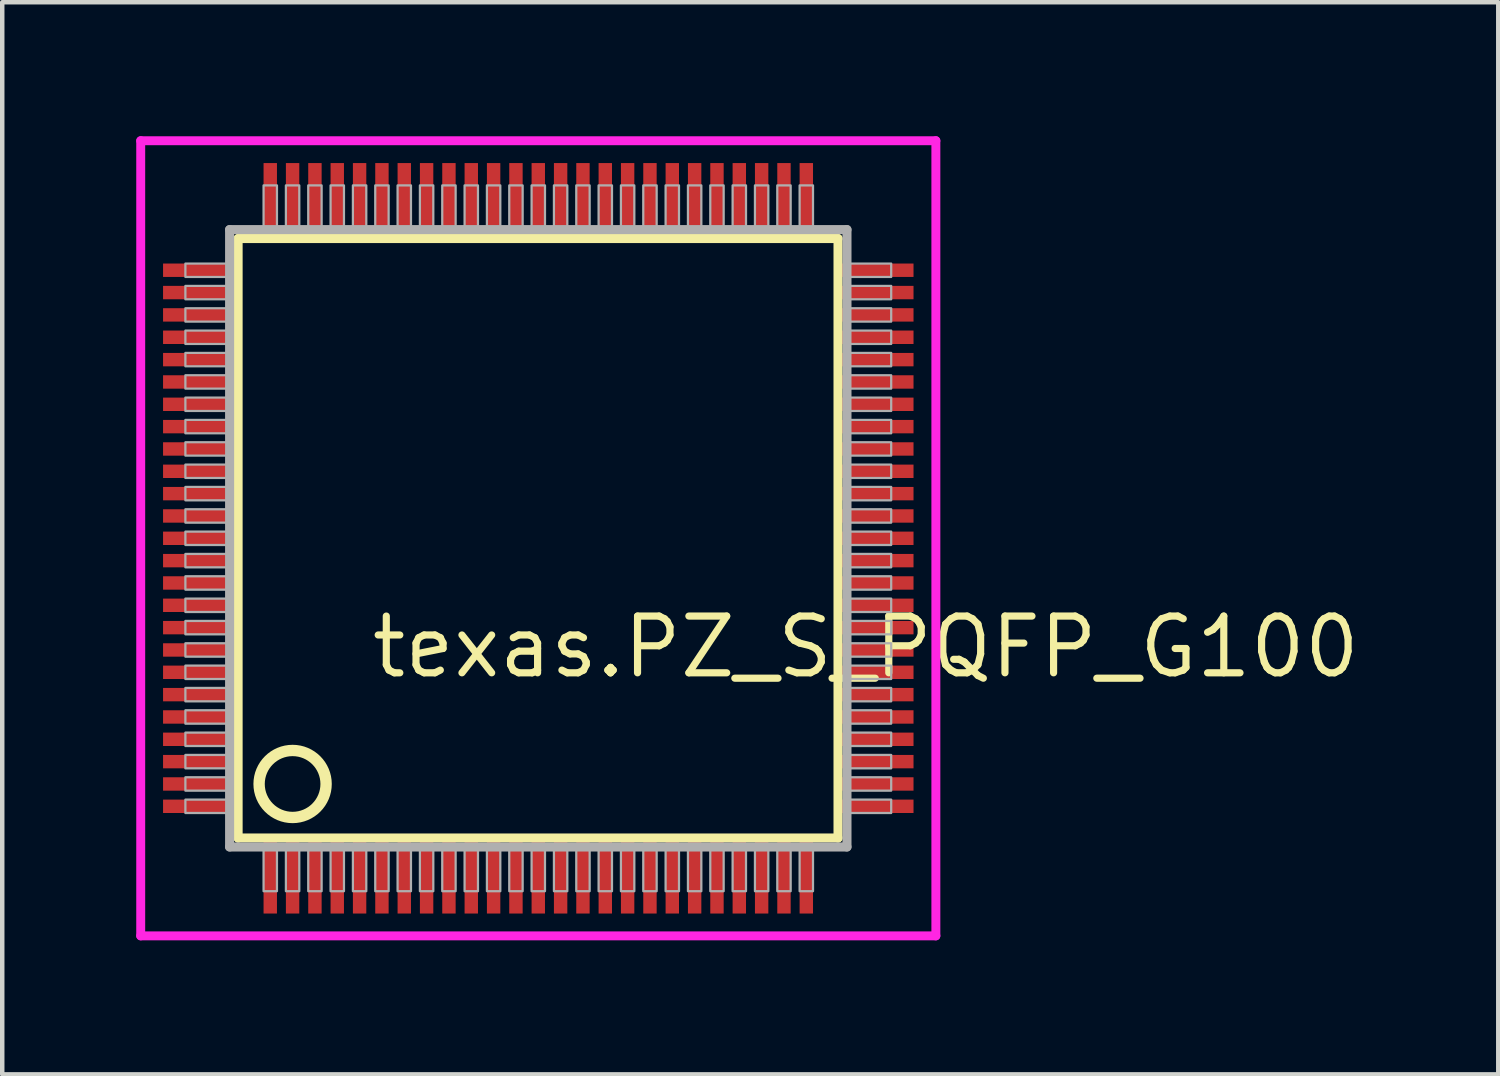
<source format=kicad_pcb>
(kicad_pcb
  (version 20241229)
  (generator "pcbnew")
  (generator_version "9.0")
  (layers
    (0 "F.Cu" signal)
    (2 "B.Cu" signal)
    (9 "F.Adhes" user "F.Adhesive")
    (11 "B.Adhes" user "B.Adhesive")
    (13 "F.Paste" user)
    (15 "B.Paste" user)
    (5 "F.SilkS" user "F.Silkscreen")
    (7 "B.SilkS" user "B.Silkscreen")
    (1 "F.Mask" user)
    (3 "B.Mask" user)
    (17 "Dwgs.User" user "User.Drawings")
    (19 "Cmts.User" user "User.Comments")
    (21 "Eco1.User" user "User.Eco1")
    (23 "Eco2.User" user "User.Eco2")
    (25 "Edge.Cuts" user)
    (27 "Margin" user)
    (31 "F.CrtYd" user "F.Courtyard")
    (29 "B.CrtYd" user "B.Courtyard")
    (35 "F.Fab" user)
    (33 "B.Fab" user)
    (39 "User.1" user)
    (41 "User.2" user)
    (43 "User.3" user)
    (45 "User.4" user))
  (footprint "texas.PZ_S_PQFP_G100"
    (layer "F.Cu")
    (at 9 9)
    (property "Reference" "texas.PZ_S_PQFP_G100" (at -3.81 3.175 0) (layer "F.SilkS") (effects (font (size 1.27 1.27) (thickness 0.16)) (justify left bottom)))
    (attr smd)
    (fp_line (start -6.72 -6.71) (end 6.71 -6.71) (stroke (width 0.203) (type default)) (layer "F.SilkS"))
    (fp_line (start -6.72 6.71) (end -6.72 -6.71) (stroke (width 0.203) (type default)) (layer "F.SilkS"))
    (fp_line (start 6.71 -6.71) (end 6.71 6.71) (stroke (width 0.203) (type default)) (layer "F.SilkS"))
    (fp_line (start 6.71 6.71) (end -6.72 6.71) (stroke (width 0.203) (type default)) (layer "F.SilkS"))
    (fp_circle (center -5.5 5.5) (end -4.75 5.5) (stroke (width 0.254) (type default)) (fill no) (layer "F.SilkS"))
    (fp_line (start -8.9 -8.9) (end 8.9 -8.9) (stroke (width 0.2) (type default)) (layer "F.CrtYd"))
    (fp_line (start -8.9 8.9) (end -8.9 -8.9) (stroke (width 0.2) (type default)) (layer "F.CrtYd"))
    (fp_line (start 8.9 -8.9) (end 8.9 8.9) (stroke (width 0.2) (type default)) (layer "F.CrtYd"))
    (fp_line (start 8.9 8.9) (end -8.9 8.9) (stroke (width 0.2) (type default)) (layer "F.CrtYd"))
    (fp_line (start -6.91 -6.91) (end -6.91 6.91) (stroke (width 0.203) (type default)) (layer "F.Fab"))
    (fp_line (start -6.91 6.91) (end 6.91 6.91) (stroke (width 0.203) (type default)) (layer "F.Fab"))
    (fp_line (start 6.91 -6.91) (end -6.91 -6.91) (stroke (width 0.203) (type default)) (layer "F.Fab"))
    (fp_line (start 6.91 6.91) (end 6.91 -6.91) (stroke (width 0.203) (type default)) (layer "F.Fab"))
    (fp_rect (start -7.9 -5.85) (end -6.95 -6.15) (stroke (width 0.05) (type default)) (fill no) (layer "F.Fab"))
    (fp_rect (start -7.9 -5.35) (end -6.95 -5.65) (stroke (width 0.05) (type default)) (fill no) (layer "F.Fab"))
    (fp_rect (start -7.9 -4.85) (end -6.95 -5.15) (stroke (width 0.05) (type default)) (fill no) (layer "F.Fab"))
    (fp_rect (start -7.9 -4.35) (end -6.95 -4.65) (stroke (width 0.05) (type default)) (fill no) (layer "F.Fab"))
    (fp_rect (start -7.9 -3.85) (end -6.95 -4.15) (stroke (width 0.05) (type default)) (fill no) (layer "F.Fab"))
    (fp_rect (start -7.9 -3.35) (end -6.95 -3.65) (stroke (width 0.05) (type default)) (fill no) (layer "F.Fab"))
    (fp_rect (start -7.9 -2.85) (end -6.95 -3.15) (stroke (width 0.05) (type default)) (fill no) (layer "F.Fab"))
    (fp_rect (start -7.9 -2.35) (end -6.95 -2.65) (stroke (width 0.05) (type default)) (fill no) (layer "F.Fab"))
    (fp_rect (start -7.9 -1.85) (end -6.95 -2.15) (stroke (width 0.05) (type default)) (fill no) (layer "F.Fab"))
    (fp_rect (start -7.9 -1.35) (end -6.95 -1.65) (stroke (width 0.05) (type default)) (fill no) (layer "F.Fab"))
    (fp_rect (start -7.9 -0.85) (end -6.95 -1.15) (stroke (width 0.05) (type default)) (fill no) (layer "F.Fab"))
    (fp_rect (start -7.9 -0.35) (end -6.95 -0.65) (stroke (width 0.05) (type default)) (fill no) (layer "F.Fab"))
    (fp_rect (start -7.9 0.15) (end -6.95 -0.15) (stroke (width 0.05) (type default)) (fill no) (layer "F.Fab"))
    (fp_rect (start -7.9 0.65) (end -6.95 0.35) (stroke (width 0.05) (type default)) (fill no) (layer "F.Fab"))
    (fp_rect (start -7.9 1.15) (end -6.95 0.85) (stroke (width 0.05) (type default)) (fill no) (layer "F.Fab"))
    (fp_rect (start -7.9 1.65) (end -6.95 1.35) (stroke (width 0.05) (type default)) (fill no) (layer "F.Fab"))
    (fp_rect (start -7.9 2.15) (end -6.95 1.85) (stroke (width 0.05) (type default)) (fill no) (layer "F.Fab"))
    (fp_rect (start -7.9 2.65) (end -6.95 2.35) (stroke (width 0.05) (type default)) (fill no) (layer "F.Fab"))
    (fp_rect (start -7.9 3.15) (end -6.95 2.85) (stroke (width 0.05) (type default)) (fill no) (layer "F.Fab"))
    (fp_rect (start -7.9 3.65) (end -6.95 3.35) (stroke (width 0.05) (type default)) (fill no) (layer "F.Fab"))
    (fp_rect (start -7.9 4.15) (end -6.95 3.85) (stroke (width 0.05) (type default)) (fill no) (layer "F.Fab"))
    (fp_rect (start -7.9 4.65) (end -6.95 4.35) (stroke (width 0.05) (type default)) (fill no) (layer "F.Fab"))
    (fp_rect (start -7.9 5.15) (end -6.95 4.85) (stroke (width 0.05) (type default)) (fill no) (layer "F.Fab"))
    (fp_rect (start -7.9 5.65) (end -6.95 5.35) (stroke (width 0.05) (type default)) (fill no) (layer "F.Fab"))
    (fp_rect (start -7.9 6.15) (end -6.95 5.85) (stroke (width 0.05) (type default)) (fill no) (layer "F.Fab"))
    (fp_rect (start -6.15 -6.95) (end -5.85 -7.9) (stroke (width 0.05) (type default)) (fill no) (layer "F.Fab"))
    (fp_rect (start -6.15 7.9) (end -5.85 6.95) (stroke (width 0.05) (type default)) (fill no) (layer "F.Fab"))
    (fp_rect (start -5.65 -6.95) (end -5.35 -7.9) (stroke (width 0.05) (type default)) (fill no) (layer "F.Fab"))
    (fp_rect (start -5.65 7.9) (end -5.35 6.95) (stroke (width 0.05) (type default)) (fill no) (layer "F.Fab"))
    (fp_rect (start -5.15 -6.95) (end -4.85 -7.9) (stroke (width 0.05) (type default)) (fill no) (layer "F.Fab"))
    (fp_rect (start -5.15 7.9) (end -4.85 6.95) (stroke (width 0.05) (type default)) (fill no) (layer "F.Fab"))
    (fp_rect (start -4.65 -6.95) (end -4.35 -7.9) (stroke (width 0.05) (type default)) (fill no) (layer "F.Fab"))
    (fp_rect (start -4.65 7.9) (end -4.35 6.95) (stroke (width 0.05) (type default)) (fill no) (layer "F.Fab"))
    (fp_rect (start -4.15 -6.95) (end -3.85 -7.9) (stroke (width 0.05) (type default)) (fill no) (layer "F.Fab"))
    (fp_rect (start -4.15 7.9) (end -3.85 6.95) (stroke (width 0.05) (type default)) (fill no) (layer "F.Fab"))
    (fp_rect (start -3.65 -6.95) (end -3.35 -7.9) (stroke (width 0.05) (type default)) (fill no) (layer "F.Fab"))
    (fp_rect (start -3.65 7.9) (end -3.35 6.95) (stroke (width 0.05) (type default)) (fill no) (layer "F.Fab"))
    (fp_rect (start -3.15 -6.95) (end -2.85 -7.9) (stroke (width 0.05) (type default)) (fill no) (layer "F.Fab"))
    (fp_rect (start -3.15 7.9) (end -2.85 6.95) (stroke (width 0.05) (type default)) (fill no) (layer "F.Fab"))
    (fp_rect (start -2.65 -6.95) (end -2.35 -7.9) (stroke (width 0.05) (type default)) (fill no) (layer "F.Fab"))
    (fp_rect (start -2.65 7.9) (end -2.35 6.95) (stroke (width 0.05) (type default)) (fill no) (layer "F.Fab"))
    (fp_rect (start -2.15 -6.95) (end -1.85 -7.9) (stroke (width 0.05) (type default)) (fill no) (layer "F.Fab"))
    (fp_rect (start -2.15 7.9) (end -1.85 6.95) (stroke (width 0.05) (type default)) (fill no) (layer "F.Fab"))
    (fp_rect (start -1.65 -6.95) (end -1.35 -7.9) (stroke (width 0.05) (type default)) (fill no) (layer "F.Fab"))
    (fp_rect (start -1.65 7.9) (end -1.35 6.95) (stroke (width 0.05) (type default)) (fill no) (layer "F.Fab"))
    (fp_rect (start -1.15 -6.95) (end -0.85 -7.9) (stroke (width 0.05) (type default)) (fill no) (layer "F.Fab"))
    (fp_rect (start -1.15 7.9) (end -0.85 6.95) (stroke (width 0.05) (type default)) (fill no) (layer "F.Fab"))
    (fp_rect (start -0.65 -6.95) (end -0.35 -7.9) (stroke (width 0.05) (type default)) (fill no) (layer "F.Fab"))
    (fp_rect (start -0.65 7.9) (end -0.35 6.95) (stroke (width 0.05) (type default)) (fill no) (layer "F.Fab"))
    (fp_rect (start -0.15 -6.95) (end 0.15 -7.9) (stroke (width 0.05) (type default)) (fill no) (layer "F.Fab"))
    (fp_rect (start -0.15 7.9) (end 0.15 6.95) (stroke (width 0.05) (type default)) (fill no) (layer "F.Fab"))
    (fp_rect (start 0.35 -6.95) (end 0.65 -7.9) (stroke (width 0.05) (type default)) (fill no) (layer "F.Fab"))
    (fp_rect (start 0.35 7.9) (end 0.65 6.95) (stroke (width 0.05) (type default)) (fill no) (layer "F.Fab"))
    (fp_rect (start 0.85 -6.95) (end 1.15 -7.9) (stroke (width 0.05) (type default)) (fill no) (layer "F.Fab"))
    (fp_rect (start 0.85 7.9) (end 1.15 6.95) (stroke (width 0.05) (type default)) (fill no) (layer "F.Fab"))
    (fp_rect (start 1.35 -6.95) (end 1.65 -7.9) (stroke (width 0.05) (type default)) (fill no) (layer "F.Fab"))
    (fp_rect (start 1.35 7.9) (end 1.65 6.95) (stroke (width 0.05) (type default)) (fill no) (layer "F.Fab"))
    (fp_rect (start 1.85 -6.95) (end 2.15 -7.9) (stroke (width 0.05) (type default)) (fill no) (layer "F.Fab"))
    (fp_rect (start 1.85 7.9) (end 2.15 6.95) (stroke (width 0.05) (type default)) (fill no) (layer "F.Fab"))
    (fp_rect (start 2.35 -6.95) (end 2.65 -7.9) (stroke (width 0.05) (type default)) (fill no) (layer "F.Fab"))
    (fp_rect (start 2.35 7.9) (end 2.65 6.95) (stroke (width 0.05) (type default)) (fill no) (layer "F.Fab"))
    (fp_rect (start 2.85 -6.95) (end 3.15 -7.9) (stroke (width 0.05) (type default)) (fill no) (layer "F.Fab"))
    (fp_rect (start 2.85 7.9) (end 3.15 6.95) (stroke (width 0.05) (type default)) (fill no) (layer "F.Fab"))
    (fp_rect (start 3.35 -6.95) (end 3.65 -7.9) (stroke (width 0.05) (type default)) (fill no) (layer "F.Fab"))
    (fp_rect (start 3.35 7.9) (end 3.65 6.95) (stroke (width 0.05) (type default)) (fill no) (layer "F.Fab"))
    (fp_rect (start 3.85 -6.95) (end 4.15 -7.9) (stroke (width 0.05) (type default)) (fill no) (layer "F.Fab"))
    (fp_rect (start 3.85 7.9) (end 4.15 6.95) (stroke (width 0.05) (type default)) (fill no) (layer "F.Fab"))
    (fp_rect (start 4.35 -6.95) (end 4.65 -7.9) (stroke (width 0.05) (type default)) (fill no) (layer "F.Fab"))
    (fp_rect (start 4.35 7.9) (end 4.65 6.95) (stroke (width 0.05) (type default)) (fill no) (layer "F.Fab"))
    (fp_rect (start 4.85 -6.95) (end 5.15 -7.9) (stroke (width 0.05) (type default)) (fill no) (layer "F.Fab"))
    (fp_rect (start 4.85 7.9) (end 5.15 6.95) (stroke (width 0.05) (type default)) (fill no) (layer "F.Fab"))
    (fp_rect (start 5.35 -6.95) (end 5.65 -7.9) (stroke (width 0.05) (type default)) (fill no) (layer "F.Fab"))
    (fp_rect (start 5.35 7.9) (end 5.65 6.95) (stroke (width 0.05) (type default)) (fill no) (layer "F.Fab"))
    (fp_rect (start 5.85 -6.95) (end 6.15 -7.9) (stroke (width 0.05) (type default)) (fill no) (layer "F.Fab"))
    (fp_rect (start 5.85 7.9) (end 6.15 6.95) (stroke (width 0.05) (type default)) (fill no) (layer "F.Fab"))
    (fp_rect (start 6.95 -5.85) (end 7.9 -6.15) (stroke (width 0.05) (type default)) (fill no) (layer "F.Fab"))
    (fp_rect (start 6.95 -5.35) (end 7.9 -5.65) (stroke (width 0.05) (type default)) (fill no) (layer "F.Fab"))
    (fp_rect (start 6.95 -4.85) (end 7.9 -5.15) (stroke (width 0.05) (type default)) (fill no) (layer "F.Fab"))
    (fp_rect (start 6.95 -4.35) (end 7.9 -4.65) (stroke (width 0.05) (type default)) (fill no) (layer "F.Fab"))
    (fp_rect (start 6.95 -3.85) (end 7.9 -4.15) (stroke (width 0.05) (type default)) (fill no) (layer "F.Fab"))
    (fp_rect (start 6.95 -3.35) (end 7.9 -3.65) (stroke (width 0.05) (type default)) (fill no) (layer "F.Fab"))
    (fp_rect (start 6.95 -2.85) (end 7.9 -3.15) (stroke (width 0.05) (type default)) (fill no) (layer "F.Fab"))
    (fp_rect (start 6.95 -2.35) (end 7.9 -2.65) (stroke (width 0.05) (type default)) (fill no) (layer "F.Fab"))
    (fp_rect (start 6.95 -1.85) (end 7.9 -2.15) (stroke (width 0.05) (type default)) (fill no) (layer "F.Fab"))
    (fp_rect (start 6.95 -1.35) (end 7.9 -1.65) (stroke (width 0.05) (type default)) (fill no) (layer "F.Fab"))
    (fp_rect (start 6.95 -0.85) (end 7.9 -1.15) (stroke (width 0.05) (type default)) (fill no) (layer "F.Fab"))
    (fp_rect (start 6.95 -0.35) (end 7.9 -0.65) (stroke (width 0.05) (type default)) (fill no) (layer "F.Fab"))
    (fp_rect (start 6.95 0.15) (end 7.9 -0.15) (stroke (width 0.05) (type default)) (fill no) (layer "F.Fab"))
    (fp_rect (start 6.95 0.65) (end 7.9 0.35) (stroke (width 0.05) (type default)) (fill no) (layer "F.Fab"))
    (fp_rect (start 6.95 1.15) (end 7.9 0.85) (stroke (width 0.05) (type default)) (fill no) (layer "F.Fab"))
    (fp_rect (start 6.95 1.65) (end 7.9 1.35) (stroke (width 0.05) (type default)) (fill no) (layer "F.Fab"))
    (fp_rect (start 6.95 2.15) (end 7.9 1.85) (stroke (width 0.05) (type default)) (fill no) (layer "F.Fab"))
    (fp_rect (start 6.95 2.65) (end 7.9 2.35) (stroke (width 0.05) (type default)) (fill no) (layer "F.Fab"))
    (fp_rect (start 6.95 3.15) (end 7.9 2.85) (stroke (width 0.05) (type default)) (fill no) (layer "F.Fab"))
    (fp_rect (start 6.95 3.65) (end 7.9 3.35) (stroke (width 0.05) (type default)) (fill no) (layer "F.Fab"))
    (fp_rect (start 6.95 4.15) (end 7.9 3.85) (stroke (width 0.05) (type default)) (fill no) (layer "F.Fab"))
    (fp_rect (start 6.95 4.65) (end 7.9 4.35) (stroke (width 0.05) (type default)) (fill no) (layer "F.Fab"))
    (fp_rect (start 6.95 5.15) (end 7.9 4.85) (stroke (width 0.05) (type default)) (fill no) (layer "F.Fab"))
    (fp_rect (start 6.95 5.65) (end 7.9 5.35) (stroke (width 0.05) (type default)) (fill no) (layer "F.Fab"))
    (fp_rect (start 6.95 6.15) (end 7.9 5.85) (stroke (width 0.05) (type default)) (fill no) (layer "F.Fab"))
    (pad "1" smd roundrect (at -6 7.6) (size 0.3 1.6) (layers "F.Cu" "F.Mask" "F.Paste") (roundrect_rratio 0.01))
    (pad "2" smd roundrect (at -5.5 7.6) (size 0.3 1.6) (layers "F.Cu" "F.Mask" "F.Paste") (roundrect_rratio 0.01))
    (pad "3" smd roundrect (at -5 7.6) (size 0.3 1.6) (layers "F.Cu" "F.Mask" "F.Paste") (roundrect_rratio 0.01))
    (pad "4" smd roundrect (at -4.5 7.6) (size 0.3 1.6) (layers "F.Cu" "F.Mask" "F.Paste") (roundrect_rratio 0.01))
    (pad "5" smd roundrect (at -4 7.6) (size 0.3 1.6) (layers "F.Cu" "F.Mask" "F.Paste") (roundrect_rratio 0.01))
    (pad "6" smd roundrect (at -3.5 7.6) (size 0.3 1.6) (layers "F.Cu" "F.Mask" "F.Paste") (roundrect_rratio 0.01))
    (pad "7" smd roundrect (at -3 7.6) (size 0.3 1.6) (layers "F.Cu" "F.Mask" "F.Paste") (roundrect_rratio 0.01))
    (pad "8" smd roundrect (at -2.5 7.6) (size 0.3 1.6) (layers "F.Cu" "F.Mask" "F.Paste") (roundrect_rratio 0.01))
    (pad "9" smd roundrect (at -2 7.6) (size 0.3 1.6) (layers "F.Cu" "F.Mask" "F.Paste") (roundrect_rratio 0.01))
    (pad "10" smd roundrect (at -1.5 7.6) (size 0.3 1.6) (layers "F.Cu" "F.Mask" "F.Paste") (roundrect_rratio 0.01))
    (pad "11" smd roundrect (at -1 7.6) (size 0.3 1.6) (layers "F.Cu" "F.Mask" "F.Paste") (roundrect_rratio 0.01))
    (pad "12" smd roundrect (at -0.5 7.6) (size 0.3 1.6) (layers "F.Cu" "F.Mask" "F.Paste") (roundrect_rratio 0.01))
    (pad "13" smd roundrect (at 0 7.6) (size 0.3 1.6) (layers "F.Cu" "F.Mask" "F.Paste") (roundrect_rratio 0.01))
    (pad "14" smd roundrect (at 0.5 7.6) (size 0.3 1.6) (layers "F.Cu" "F.Mask" "F.Paste") (roundrect_rratio 0.01))
    (pad "15" smd roundrect (at 1 7.6) (size 0.3 1.6) (layers "F.Cu" "F.Mask" "F.Paste") (roundrect_rratio 0.01))
    (pad "16" smd roundrect (at 1.5 7.6) (size 0.3 1.6) (layers "F.Cu" "F.Mask" "F.Paste") (roundrect_rratio 0.01))
    (pad "17" smd roundrect (at 2 7.6) (size 0.3 1.6) (layers "F.Cu" "F.Mask" "F.Paste") (roundrect_rratio 0.01))
    (pad "18" smd roundrect (at 2.5 7.6) (size 0.3 1.6) (layers "F.Cu" "F.Mask" "F.Paste") (roundrect_rratio 0.01))
    (pad "19" smd roundrect (at 3 7.6) (size 0.3 1.6) (layers "F.Cu" "F.Mask" "F.Paste") (roundrect_rratio 0.01))
    (pad "20" smd roundrect (at 3.5 7.6) (size 0.3 1.6) (layers "F.Cu" "F.Mask" "F.Paste") (roundrect_rratio 0.01))
    (pad "21" smd roundrect (at 4 7.6) (size 0.3 1.6) (layers "F.Cu" "F.Mask" "F.Paste") (roundrect_rratio 0.01))
    (pad "22" smd roundrect (at 4.5 7.6) (size 0.3 1.6) (layers "F.Cu" "F.Mask" "F.Paste") (roundrect_rratio 0.01))
    (pad "23" smd roundrect (at 5 7.6) (size 0.3 1.6) (layers "F.Cu" "F.Mask" "F.Paste") (roundrect_rratio 0.01))
    (pad "24" smd roundrect (at 5.5 7.6) (size 0.3 1.6) (layers "F.Cu" "F.Mask" "F.Paste") (roundrect_rratio 0.01))
    (pad "25" smd roundrect (at 6 7.6) (size 0.3 1.6) (layers "F.Cu" "F.Mask" "F.Paste") (roundrect_rratio 0.01))
    (pad "26" smd roundrect (at 7.6 6) (size 1.6 0.3) (layers "F.Cu" "F.Mask" "F.Paste") (roundrect_rratio 0.01))
    (pad "27" smd roundrect (at 7.6 5.5) (size 1.6 0.3) (layers "F.Cu" "F.Mask" "F.Paste") (roundrect_rratio 0.01))
    (pad "28" smd roundrect (at 7.6 5) (size 1.6 0.3) (layers "F.Cu" "F.Mask" "F.Paste") (roundrect_rratio 0.01))
    (pad "29" smd roundrect (at 7.6 4.5) (size 1.6 0.3) (layers "F.Cu" "F.Mask" "F.Paste") (roundrect_rratio 0.01))
    (pad "30" smd roundrect (at 7.6 4) (size 1.6 0.3) (layers "F.Cu" "F.Mask" "F.Paste") (roundrect_rratio 0.01))
    (pad "31" smd roundrect (at 7.6 3.5) (size 1.6 0.3) (layers "F.Cu" "F.Mask" "F.Paste") (roundrect_rratio 0.01))
    (pad "32" smd roundrect (at 7.6 3) (size 1.6 0.3) (layers "F.Cu" "F.Mask" "F.Paste") (roundrect_rratio 0.01))
    (pad "33" smd roundrect (at 7.6 2.5) (size 1.6 0.3) (layers "F.Cu" "F.Mask" "F.Paste") (roundrect_rratio 0.01))
    (pad "34" smd roundrect (at 7.6 2) (size 1.6 0.3) (layers "F.Cu" "F.Mask" "F.Paste") (roundrect_rratio 0.01))
    (pad "35" smd roundrect (at 7.6 1.5) (size 1.6 0.3) (layers "F.Cu" "F.Mask" "F.Paste") (roundrect_rratio 0.01))
    (pad "36" smd roundrect (at 7.6 1) (size 1.6 0.3) (layers "F.Cu" "F.Mask" "F.Paste") (roundrect_rratio 0.01))
    (pad "37" smd roundrect (at 7.6 0.5) (size 1.6 0.3) (layers "F.Cu" "F.Mask" "F.Paste") (roundrect_rratio 0.01))
    (pad "38" smd roundrect (at 7.6 0) (size 1.6 0.3) (layers "F.Cu" "F.Mask" "F.Paste") (roundrect_rratio 0.01))
    (pad "39" smd roundrect (at 7.6 -0.5) (size 1.6 0.3) (layers "F.Cu" "F.Mask" "F.Paste") (roundrect_rratio 0.01))
    (pad "40" smd roundrect (at 7.6 -1) (size 1.6 0.3) (layers "F.Cu" "F.Mask" "F.Paste") (roundrect_rratio 0.01))
    (pad "41" smd roundrect (at 7.6 -1.5) (size 1.6 0.3) (layers "F.Cu" "F.Mask" "F.Paste") (roundrect_rratio 0.01))
    (pad "42" smd roundrect (at 7.6 -2) (size 1.6 0.3) (layers "F.Cu" "F.Mask" "F.Paste") (roundrect_rratio 0.01))
    (pad "43" smd roundrect (at 7.6 -2.5) (size 1.6 0.3) (layers "F.Cu" "F.Mask" "F.Paste") (roundrect_rratio 0.01))
    (pad "44" smd roundrect (at 7.6 -3) (size 1.6 0.3) (layers "F.Cu" "F.Mask" "F.Paste") (roundrect_rratio 0.01))
    (pad "45" smd roundrect (at 7.6 -3.5) (size 1.6 0.3) (layers "F.Cu" "F.Mask" "F.Paste") (roundrect_rratio 0.01))
    (pad "46" smd roundrect (at 7.6 -4) (size 1.6 0.3) (layers "F.Cu" "F.Mask" "F.Paste") (roundrect_rratio 0.01))
    (pad "47" smd roundrect (at 7.6 -4.5) (size 1.6 0.3) (layers "F.Cu" "F.Mask" "F.Paste") (roundrect_rratio 0.01))
    (pad "48" smd roundrect (at 7.6 -5) (size 1.6 0.3) (layers "F.Cu" "F.Mask" "F.Paste") (roundrect_rratio 0.01))
    (pad "49" smd roundrect (at 7.6 -5.5) (size 1.6 0.3) (layers "F.Cu" "F.Mask" "F.Paste") (roundrect_rratio 0.01))
    (pad "50" smd roundrect (at 7.6 -6) (size 1.6 0.3) (layers "F.Cu" "F.Mask" "F.Paste") (roundrect_rratio 0.01))
    (pad "51" smd roundrect (at 6 -7.6) (size 0.3 1.6) (layers "F.Cu" "F.Mask" "F.Paste") (roundrect_rratio 0.01))
    (pad "52" smd roundrect (at 5.5 -7.6) (size 0.3 1.6) (layers "F.Cu" "F.Mask" "F.Paste") (roundrect_rratio 0.01))
    (pad "53" smd roundrect (at 5 -7.6) (size 0.3 1.6) (layers "F.Cu" "F.Mask" "F.Paste") (roundrect_rratio 0.01))
    (pad "54" smd roundrect (at 4.5 -7.6) (size 0.3 1.6) (layers "F.Cu" "F.Mask" "F.Paste") (roundrect_rratio 0.01))
    (pad "55" smd roundrect (at 4 -7.6) (size 0.3 1.6) (layers "F.Cu" "F.Mask" "F.Paste") (roundrect_rratio 0.01))
    (pad "56" smd roundrect (at 3.5 -7.6) (size 0.3 1.6) (layers "F.Cu" "F.Mask" "F.Paste") (roundrect_rratio 0.01))
    (pad "57" smd roundrect (at 3 -7.6) (size 0.3 1.6) (layers "F.Cu" "F.Mask" "F.Paste") (roundrect_rratio 0.01))
    (pad "58" smd roundrect (at 2.5 -7.6) (size 0.3 1.6) (layers "F.Cu" "F.Mask" "F.Paste") (roundrect_rratio 0.01))
    (pad "59" smd roundrect (at 2 -7.6) (size 0.3 1.6) (layers "F.Cu" "F.Mask" "F.Paste") (roundrect_rratio 0.01))
    (pad "60" smd roundrect (at 1.5 -7.6) (size 0.3 1.6) (layers "F.Cu" "F.Mask" "F.Paste") (roundrect_rratio 0.01))
    (pad "61" smd roundrect (at 1 -7.6) (size 0.3 1.6) (layers "F.Cu" "F.Mask" "F.Paste") (roundrect_rratio 0.01))
    (pad "62" smd roundrect (at 0.5 -7.6) (size 0.3 1.6) (layers "F.Cu" "F.Mask" "F.Paste") (roundrect_rratio 0.01))
    (pad "63" smd roundrect (at 0 -7.6) (size 0.3 1.6) (layers "F.Cu" "F.Mask" "F.Paste") (roundrect_rratio 0.01))
    (pad "64" smd roundrect (at -0.5 -7.6) (size 0.3 1.6) (layers "F.Cu" "F.Mask" "F.Paste") (roundrect_rratio 0.01))
    (pad "65" smd roundrect (at -1 -7.6) (size 0.3 1.6) (layers "F.Cu" "F.Mask" "F.Paste") (roundrect_rratio 0.01))
    (pad "66" smd roundrect (at -1.5 -7.6) (size 0.3 1.6) (layers "F.Cu" "F.Mask" "F.Paste") (roundrect_rratio 0.01))
    (pad "67" smd roundrect (at -2 -7.6) (size 0.3 1.6) (layers "F.Cu" "F.Mask" "F.Paste") (roundrect_rratio 0.01))
    (pad "68" smd roundrect (at -2.5 -7.6) (size 0.3 1.6) (layers "F.Cu" "F.Mask" "F.Paste") (roundrect_rratio 0.01))
    (pad "69" smd roundrect (at -3 -7.6) (size 0.3 1.6) (layers "F.Cu" "F.Mask" "F.Paste") (roundrect_rratio 0.01))
    (pad "70" smd roundrect (at -3.5 -7.6) (size 0.3 1.6) (layers "F.Cu" "F.Mask" "F.Paste") (roundrect_rratio 0.01))
    (pad "71" smd roundrect (at -4 -7.6) (size 0.3 1.6) (layers "F.Cu" "F.Mask" "F.Paste") (roundrect_rratio 0.01))
    (pad "72" smd roundrect (at -4.5 -7.6) (size 0.3 1.6) (layers "F.Cu" "F.Mask" "F.Paste") (roundrect_rratio 0.01))
    (pad "73" smd roundrect (at -5 -7.6) (size 0.3 1.6) (layers "F.Cu" "F.Mask" "F.Paste") (roundrect_rratio 0.01))
    (pad "74" smd roundrect (at -5.5 -7.6) (size 0.3 1.6) (layers "F.Cu" "F.Mask" "F.Paste") (roundrect_rratio 0.01))
    (pad "75" smd roundrect (at -6 -7.6) (size 0.3 1.6) (layers "F.Cu" "F.Mask" "F.Paste") (roundrect_rratio 0.01))
    (pad "76" smd roundrect (at -7.6 -6) (size 1.6 0.3) (layers "F.Cu" "F.Mask" "F.Paste") (roundrect_rratio 0.01))
    (pad "77" smd roundrect (at -7.6 -5.5) (size 1.6 0.3) (layers "F.Cu" "F.Mask" "F.Paste") (roundrect_rratio 0.01))
    (pad "78" smd roundrect (at -7.6 -5) (size 1.6 0.3) (layers "F.Cu" "F.Mask" "F.Paste") (roundrect_rratio 0.01))
    (pad "79" smd roundrect (at -7.6 -4.5) (size 1.6 0.3) (layers "F.Cu" "F.Mask" "F.Paste") (roundrect_rratio 0.01))
    (pad "80" smd roundrect (at -7.6 -4) (size 1.6 0.3) (layers "F.Cu" "F.Mask" "F.Paste") (roundrect_rratio 0.01))
    (pad "81" smd roundrect (at -7.6 -3.5) (size 1.6 0.3) (layers "F.Cu" "F.Mask" "F.Paste") (roundrect_rratio 0.01))
    (pad "82" smd roundrect (at -7.6 -3) (size 1.6 0.3) (layers "F.Cu" "F.Mask" "F.Paste") (roundrect_rratio 0.01))
    (pad "83" smd roundrect (at -7.6 -2.5) (size 1.6 0.3) (layers "F.Cu" "F.Mask" "F.Paste") (roundrect_rratio 0.01))
    (pad "84" smd roundrect (at -7.6 -2) (size 1.6 0.3) (layers "F.Cu" "F.Mask" "F.Paste") (roundrect_rratio 0.01))
    (pad "85" smd roundrect (at -7.6 -1.5) (size 1.6 0.3) (layers "F.Cu" "F.Mask" "F.Paste") (roundrect_rratio 0.01))
    (pad "86" smd roundrect (at -7.6 -1) (size 1.6 0.3) (layers "F.Cu" "F.Mask" "F.Paste") (roundrect_rratio 0.01))
    (pad "87" smd roundrect (at -7.6 -0.5) (size 1.6 0.3) (layers "F.Cu" "F.Mask" "F.Paste") (roundrect_rratio 0.01))
    (pad "88" smd roundrect (at -7.6 0) (size 1.6 0.3) (layers "F.Cu" "F.Mask" "F.Paste") (roundrect_rratio 0.01))
    (pad "89" smd roundrect (at -7.6 0.5) (size 1.6 0.3) (layers "F.Cu" "F.Mask" "F.Paste") (roundrect_rratio 0.01))
    (pad "90" smd roundrect (at -7.6 1) (size 1.6 0.3) (layers "F.Cu" "F.Mask" "F.Paste") (roundrect_rratio 0.01))
    (pad "91" smd roundrect (at -7.6 1.5) (size 1.6 0.3) (layers "F.Cu" "F.Mask" "F.Paste") (roundrect_rratio 0.01))
    (pad "92" smd roundrect (at -7.6 2) (size 1.6 0.3) (layers "F.Cu" "F.Mask" "F.Paste") (roundrect_rratio 0.01))
    (pad "93" smd roundrect (at -7.6 2.5) (size 1.6 0.3) (layers "F.Cu" "F.Mask" "F.Paste") (roundrect_rratio 0.01))
    (pad "94" smd roundrect (at -7.6 3) (size 1.6 0.3) (layers "F.Cu" "F.Mask" "F.Paste") (roundrect_rratio 0.01))
    (pad "95" smd roundrect (at -7.6 3.5) (size 1.6 0.3) (layers "F.Cu" "F.Mask" "F.Paste") (roundrect_rratio 0.01))
    (pad "96" smd roundrect (at -7.6 4) (size 1.6 0.3) (layers "F.Cu" "F.Mask" "F.Paste") (roundrect_rratio 0.01))
    (pad "97" smd roundrect (at -7.6 4.5) (size 1.6 0.3) (layers "F.Cu" "F.Mask" "F.Paste") (roundrect_rratio 0.01))
    (pad "98" smd roundrect (at -7.6 5) (size 1.6 0.3) (layers "F.Cu" "F.Mask" "F.Paste") (roundrect_rratio 0.01))
    (pad "99" smd roundrect (at -7.6 5.5) (size 1.6 0.3) (layers "F.Cu" "F.Mask" "F.Paste") (roundrect_rratio 0.01))
    (pad "100" smd roundrect (at -7.6 6) (size 1.6 0.3) (layers "F.Cu" "F.Mask" "F.Paste") (roundrect_rratio 0.01)))
  (gr_rect
    (start -3 -3)
    (end 30.49 21)
    (stroke (width 0.1) (type default))
    (fill no)
    (layer "Edge.Cuts")))
</source>
